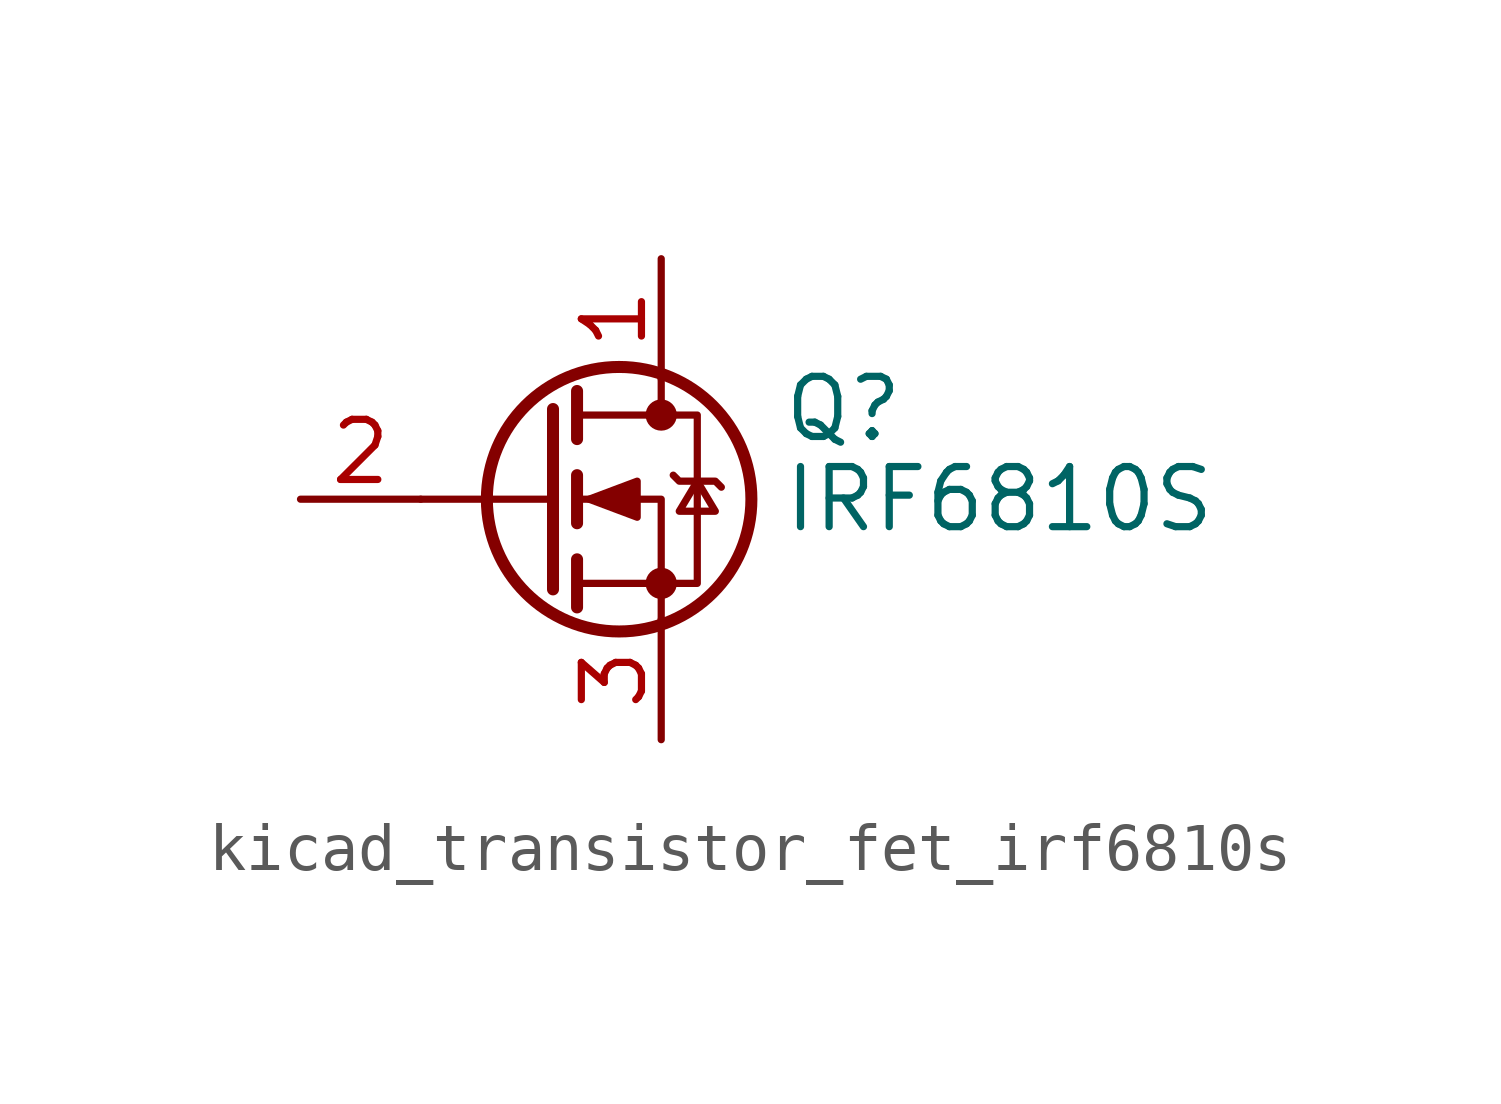
<source format=kicad_sym>
(kicad_symbol_lib
  (version 20220914)
  (generator kicad_symbol_editor)
  (symbol "kicad_transistor_fet_irf6810s"
    (pin_names hide)
    (property "Reference" "Q"
      (at 5.08 1.905 0)
      (effects (font (size 1.27 1.27)) (justify left)))
    (property "Value" "IRF6810S"
      (at 5.08 0 0)
      (effects (font (size 1.27 1.27)) (justify left)))
    (symbol "kicad_transistor_fet_irf6810s_0_1"
      (polyline (pts (xy 0.254 0) (xy -2.54 0)) (stroke (width 0) (type default)) (fill (type none)))
      (polyline (pts (xy 0.254 1.905) (xy 0.254 -1.905)) (stroke (width 0.254) (type default)) (fill (type none)))
      (polyline (pts (xy 0.762 -1.27) (xy 0.762 -2.286)) (stroke (width 0.254) (type default)) (fill (type none)))
      (polyline (pts (xy 0.762 0.508) (xy 0.762 -0.508)) (stroke (width 0.254) (type default)) (fill (type none)))
      (polyline (pts (xy 0.762 2.286) (xy 0.762 1.27)) (stroke (width 0.254) (type default)) (fill (type none)))
      (polyline (pts (xy 2.54 2.54) (xy 2.54 1.778)) (stroke (width 0) (type default)) (fill (type none)))
      (polyline (pts (xy 2.54 -2.54) (xy 2.54 0) (xy 0.762 0)) (stroke (width 0) (type default)) (fill (type none)))
      (polyline (pts (xy 0.762 -1.778) (xy 3.302 -1.778) (xy 3.302 1.778) (xy 0.762 1.778)) (stroke (width 0) (type default)) (fill (type none)))
      (polyline (pts (xy 1.016 0) (xy 2.032 0.381) (xy 2.032 -0.381) (xy 1.016 0)) (stroke (width 0) (type default)) (fill (type outline)))
      (polyline (pts (xy 2.794 0.508) (xy 2.921 0.381) (xy 3.683 0.381) (xy 3.81 0.254)) (stroke (width 0) (type default)) (fill (type none)))
      (polyline (pts (xy 3.302 0.381) (xy 2.921 -0.254) (xy 3.683 -0.254) (xy 3.302 0.381)) (stroke (width 0) (type default)) (fill (type none)))
      (circle (center 1.651 0) (radius 2.794) (stroke (width 0.254) (type default)) (fill (type none)))
      (circle (center 2.54 -1.778) (radius 0.254) (stroke (width 0) (type default)) (fill (type outline)))
      (circle (center 2.54 1.778) (radius 0.254) (stroke (width 0) (type default)) (fill (type outline))))
    (symbol "kicad_transistor_fet_irf6810s_1_1"
      (pin passive line (at 2.54 5.08 270) (length 2.54) (name "D" (effects (font (size 1.27 1.27)))) (number "1" (effects (font (size 1.27 1.27)))))
      (pin input line (at -5.08 0 0) (length 2.54) (name "G" (effects (font (size 1.27 1.27)))) (number "2" (effects (font (size 1.27 1.27)))))
      (pin passive line (at 2.54 -5.08 90) (length 2.54) (name "S" (effects (font (size 1.27 1.27)))) (number "3" (effects (font (size 1.27 1.27))))))))
</source>
